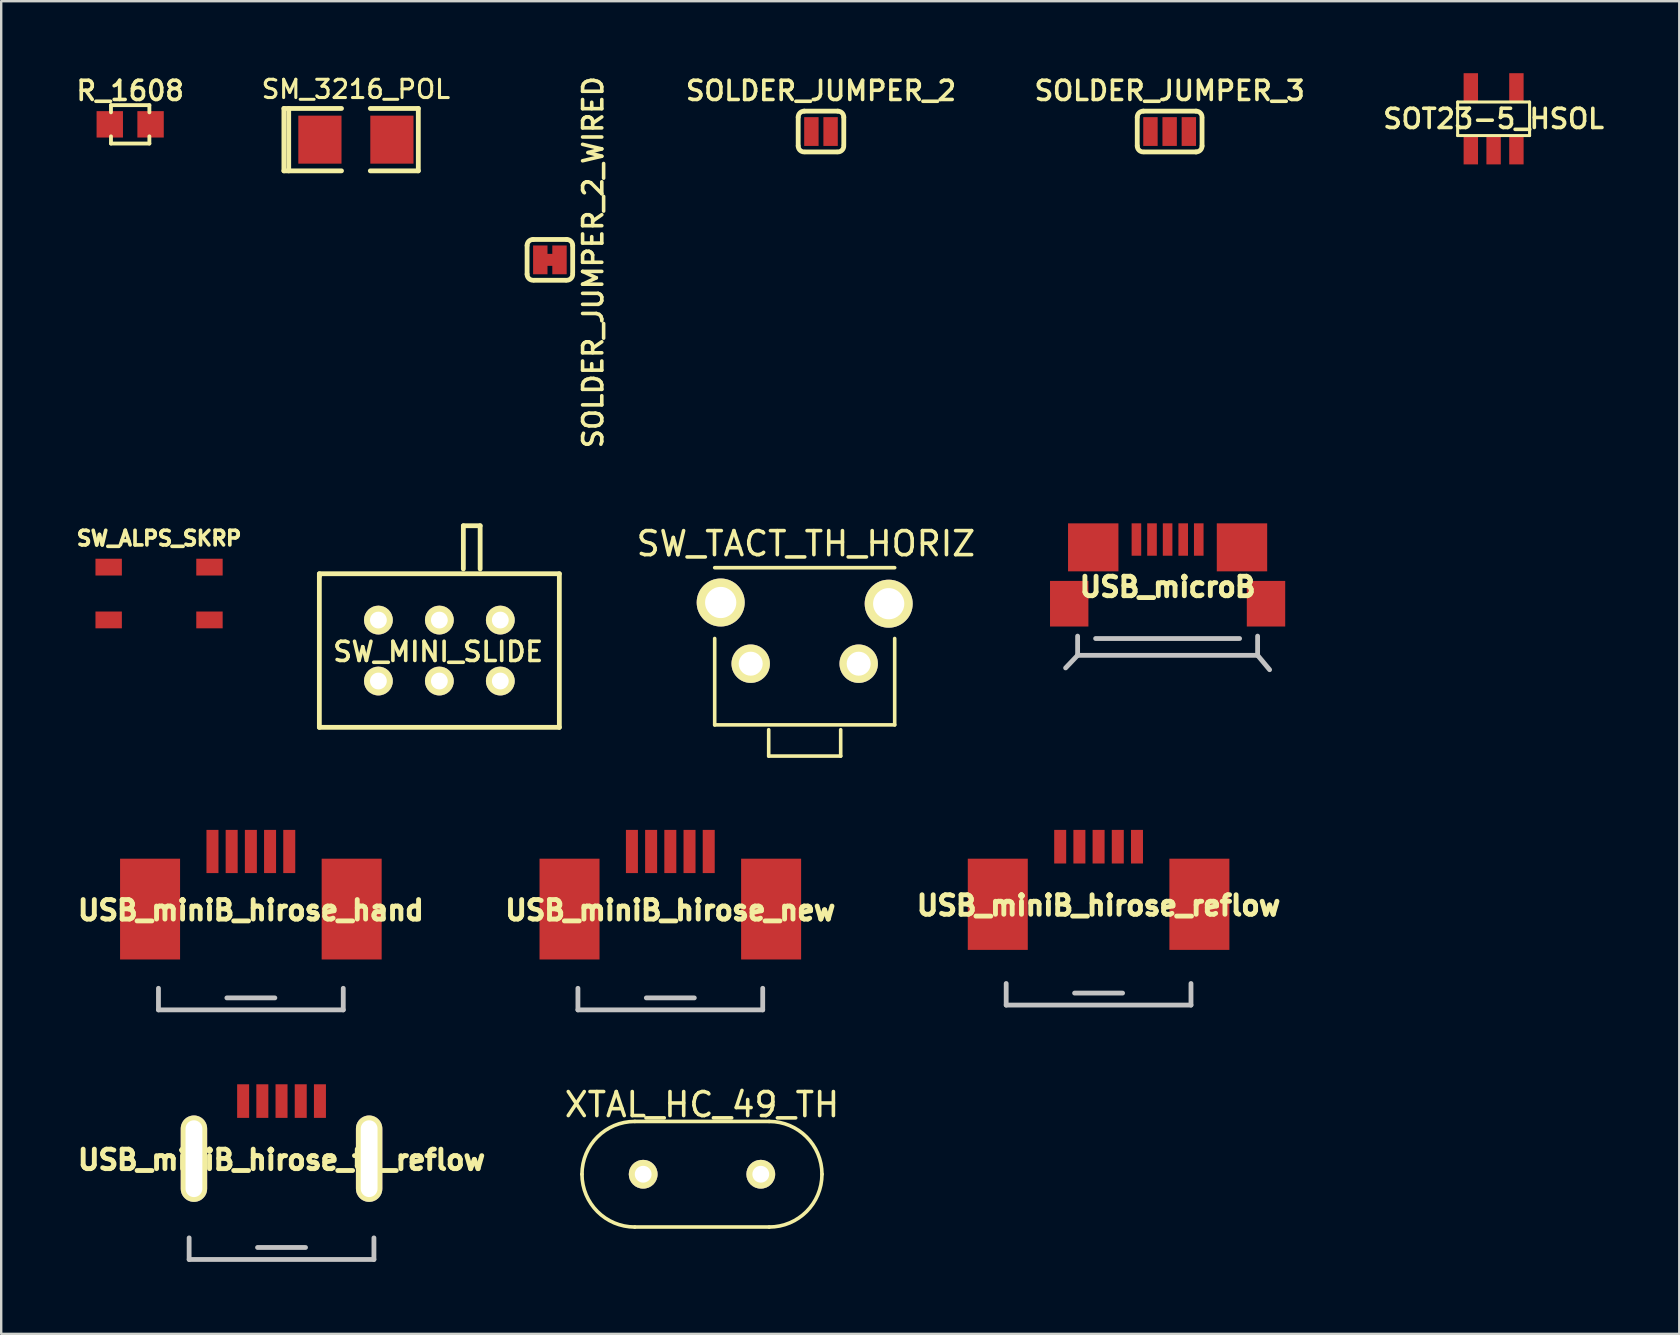
<source format=kicad_pcb>
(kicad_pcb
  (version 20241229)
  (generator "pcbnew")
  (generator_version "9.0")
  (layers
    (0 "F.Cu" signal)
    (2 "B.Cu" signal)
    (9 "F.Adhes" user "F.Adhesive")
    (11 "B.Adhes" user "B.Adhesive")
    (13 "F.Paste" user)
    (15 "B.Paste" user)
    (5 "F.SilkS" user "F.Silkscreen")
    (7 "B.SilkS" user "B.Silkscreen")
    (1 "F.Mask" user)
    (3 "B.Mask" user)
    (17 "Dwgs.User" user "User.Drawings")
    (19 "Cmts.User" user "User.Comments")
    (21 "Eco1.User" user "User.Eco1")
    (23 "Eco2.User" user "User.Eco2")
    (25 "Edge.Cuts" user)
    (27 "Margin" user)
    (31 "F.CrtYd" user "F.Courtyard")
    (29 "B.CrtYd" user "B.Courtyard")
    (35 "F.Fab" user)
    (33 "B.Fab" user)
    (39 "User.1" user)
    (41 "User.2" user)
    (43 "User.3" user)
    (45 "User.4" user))
  (footprint "USB_miniB_hirose_hand"
    (layer "F.Cu")
    (at 7.403 32.43)
    (property "Reference" "USB_miniB_hirose_hand" (at 0 2.45 0) (layer "F.SilkS") (effects (font (size 0.813 0.813) (thickness 0.203))))
    (attr through_hole)
    (fp_line (start -3.85 6.6) (end -3.85 5.7) (stroke (width 0.2) (type solid)) (layer "Dwgs.User"))
    (fp_line (start -3.85 6.6) (end 3.85 6.6) (stroke (width 0.2) (type solid)) (layer "Dwgs.User"))
    (fp_line (start -1 6.1) (end 1 6.1) (stroke (width 0.2) (type solid)) (layer "Dwgs.User"))
    (fp_line (start 3.85 6.6) (end 3.85 5.7) (stroke (width 0.2) (type solid)) (layer "Dwgs.User"))
    (pad "1" smd rect (at -1.6 0) (size 0.5 1.8) (layers "F.Cu" "F.Mask"))
    (pad "2" smd rect (at -0.8 0) (size 0.5 1.8) (layers "F.Cu" "F.Mask"))
    (pad "3" smd rect (at 0 0) (size 0.5 1.8) (layers "F.Cu" "F.Mask"))
    (pad "4" smd rect (at 0.8 0) (size 0.5 1.8) (layers "F.Cu" "F.Mask"))
    (pad "5" smd rect (at 1.6 0) (size 0.5 1.8) (layers "F.Cu" "F.Mask"))
    (pad "6" smd rect (at -4.2 2.4) (size 2.5 4.2) (layers "F.Cu" "F.Mask"))
    (pad "6" smd rect (at 4.2 2.4) (size 2.5 4.2) (layers "F.Cu" "F.Mask")))
  (footprint "XTAL_HC_49_TH"
    (layer "F.Cu")
    (at 26.2 45.878)
    (property "Reference" "XTAL_HC_49_TH" (at 0 -2.9 0) (layer "F.SilkS") (effects (font (size 1 1) (thickness 0.15))))
    (attr through_hole)
    (fp_line (start -2.8 2.2) (end 2.8 2.2) (stroke (width 0.15) (type solid)) (layer "F.SilkS"))
    (fp_line (start 2.8 -2.2) (end -2.8 -2.2) (stroke (width 0.15) (type solid)) (layer "F.SilkS"))
    (fp_arc (start -5 0) (mid -4.355635 -1.555635) (end -2.8 -2.2) (stroke (width 0.15) (type solid)) (layer "F.SilkS"))
    (fp_arc (start -2.8 2.2) (mid -4.355635 1.555635) (end -5 0) (stroke (width 0.15) (type solid)) (layer "F.SilkS"))
    (fp_arc (start 2.8 -2.2) (mid 4.355635 -1.555635) (end 5 0) (stroke (width 0.15) (type solid)) (layer "F.SilkS"))
    (fp_arc (start 5 0) (mid 4.355635 1.555635) (end 2.8 2.2) (stroke (width 0.15) (type solid)) (layer "F.SilkS"))
    (pad "1" thru_hole circle (at 2.45 0 180) (size 1.2 1.2) (drill 0.7) (layers "*.Cu" "*.Mask" "F.SilkS"))
    (pad "2" thru_hole circle (at -2.45 0 180) (size 1.2 1.2) (drill 0.7) (layers "*.Cu" "*.Mask" "F.SilkS")))
  (footprint "SOLDER_JUMPER_2_WIRED"
    (layer "F.Cu")
    (at 19.863 7.778)
    (property "Reference" "SOLDER_JUMPER_2_WIRED" (at 1.8 0.1 90) (layer "F.SilkS") (effects (font (size 0.8 0.8) (thickness 0.15))))
    (attr exclude_from_pos_files exclude_from_bom)
    (fp_line (start -0.95 0.6) (end -0.95 -0.6) (stroke (width 0.2) (type solid)) (layer "F.SilkS"))
    (fp_line (start -0.7 -0.85) (end 0.7 -0.85) (stroke (width 0.2) (type solid)) (layer "F.SilkS"))
    (fp_line (start -0.65 0.85) (end 0.65 0.85) (stroke (width 0.2) (type solid)) (layer "F.SilkS"))
    (fp_line (start 0.95 -0.6) (end 0.95 0.55) (stroke (width 0.2) (type solid)) (layer "F.SilkS"))
    (fp_arc (start -0.95 -0.6) (mid -0.876777 -0.776777) (end -0.7 -0.85) (stroke (width 0.2) (type solid)) (layer "F.SilkS"))
    (fp_arc (start -0.7 0.85) (mid -0.876777 0.776777) (end -0.95 0.6) (stroke (width 0.2) (type solid)) (layer "F.SilkS"))
    (fp_arc (start 0.7 -0.85) (mid 0.876777 -0.776777) (end 0.95 -0.6) (stroke (width 0.2) (type solid)) (layer "F.SilkS"))
    (fp_arc (start 0.95 0.6) (mid 0.876777 0.776777) (end 0.7 0.85) (stroke (width 0.2) (type solid)) (layer "F.SilkS"))
    (pad "1" smd rect (at -0.4 0) (size 0.6 1.2) (layers "F.Cu" "F.Mask"))
    (pad "2" smd rect (at 0.4 0) (size 0.6 1.2) (layers "F.Cu" "F.Mask"))
    (pad "3" smd rect (at 0 0) (size 0.5 0.5) (layers "F.Cu" "F.Mask" "F.Paste")))
  (footprint "R_1608"
    (layer "F.Cu")
    (at 2.374 2.131)
    (property "Reference" "R_1608" (at 0 -1.4 0) (layer "F.SilkS") (effects (font (size 0.8 0.8) (thickness 0.15))))
    (attr through_hole)
    (fp_line (start -0.8 -0.8) (end -0.8 -0.5) (stroke (width 0.16) (type solid)) (layer "F.SilkS"))
    (fp_line (start -0.8 -0.8) (end 0.8 -0.8) (stroke (width 0.16) (type solid)) (layer "F.SilkS"))
    (fp_line (start -0.8 0.8) (end -0.8 0.5) (stroke (width 0.16) (type solid)) (layer "F.SilkS"))
    (fp_line (start 0.8 -0.8) (end 0.8 -0.5) (stroke (width 0.16) (type solid)) (layer "F.SilkS"))
    (fp_line (start 0.8 0.5) (end 0.8 0.8) (stroke (width 0.16) (type solid)) (layer "F.SilkS"))
    (fp_line (start 0.8 0.8) (end -0.8 0.8) (stroke (width 0.16) (type solid)) (layer "F.SilkS"))
    (pad "1" smd rect (at -0.85 0) (size 1.1 1.1) (layers "F.Cu" "F.Mask" "F.Paste"))
    (pad "2" smd rect (at 0.85 0) (size 1.1 1.1) (layers "F.Cu" "F.Mask" "F.Paste")))
  (footprint "USB_microB"
    (layer "F.Cu")
    (at 45.602 22.106)
    (property "Reference" "USB_microB" (at 0 -0.699 0) (layer "F.SilkS") (effects (font (size 0.813 0.813) (thickness 0.203))))
    (attr through_hole)
    (fp_line (start -3.75 2.15) (end -4.25 2.675) (stroke (width 0.2) (type solid)) (layer "Dwgs.User"))
    (fp_line (start -3.75 2.15) (end -3.75 1.35) (stroke (width 0.2) (type solid)) (layer "Dwgs.User"))
    (fp_line (start -3.75 2.15) (end 3.75 2.15) (stroke (width 0.2) (type solid)) (layer "Dwgs.User"))
    (fp_line (start -3 1.45) (end 3 1.45) (stroke (width 0.2) (type solid)) (layer "Dwgs.User"))
    (fp_line (start 3.75 2.15) (end 3.75 1.35) (stroke (width 0.2) (type solid)) (layer "Dwgs.User"))
    (fp_line (start 3.75 2.15) (end 4.25 2.75) (stroke (width 0.2) (type solid)) (layer "Dwgs.User"))
    (pad "1" smd rect (at 1.298 -2.675 180) (size 0.4 1.35) (layers "F.Cu" "F.Mask" "F.Paste"))
    (pad "2" smd rect (at 0.65 -2.675 180) (size 0.4 1.35) (layers "F.Cu" "F.Mask" "F.Paste"))
    (pad "3" smd rect (at 0 -2.675 180) (size 0.4 1.35) (layers "F.Cu" "F.Mask" "F.Paste"))
    (pad "4" smd rect (at -0.65 -2.675 180) (size 0.4 1.35) (layers "F.Cu" "F.Mask" "F.Paste"))
    (pad "5" smd rect (at -1.3 -2.675 180) (size 0.4 1.35) (layers "F.Cu" "F.Mask" "F.Paste"))
    (pad "6" smd rect (at -3.099 -2.349) (size 2.1 2) (layers "F.Cu" "F.Mask" "F.Paste"))
    (pad "7" smd rect (at 3.099 -2.349) (size 2.1 2) (layers "F.Cu" "F.Mask" "F.Paste"))
    (pad "8" smd rect (at -4.1 0) (size 1.6 1.9) (layers "F.Cu" "F.Mask" "F.Paste"))
    (pad "9" smd rect (at 4.1 0) (size 1.6 1.9) (layers "F.Cu" "F.Mask" "F.Paste")))
  (footprint "SOLDER_JUMPER_3"
    (layer "F.Cu")
    (at 45.687 2.431)
    (property "Reference" "SOLDER_JUMPER_3" (at 0 -1.7 0) (layer "F.SilkS") (effects (font (size 0.8 0.8) (thickness 0.15))))
    (attr exclude_from_pos_files exclude_from_bom)
    (fp_line (start -1.35 0.6) (end -1.35 -0.6) (stroke (width 0.2) (type solid)) (layer "F.SilkS"))
    (fp_line (start -1.1 -0.85) (end 1.1 -0.85) (stroke (width 0.2) (type solid)) (layer "F.SilkS"))
    (fp_line (start -1.05 0.85) (end 1.1 0.85) (stroke (width 0.2) (type solid)) (layer "F.SilkS"))
    (fp_line (start 1.35 -0.55) (end 1.35 0.6) (stroke (width 0.2) (type solid)) (layer "F.SilkS"))
    (fp_arc (start -1.35 -0.6) (mid -1.276777 -0.776777) (end -1.1 -0.85) (stroke (width 0.2) (type solid)) (layer "F.SilkS"))
    (fp_arc (start -1.1 0.85) (mid -1.276777 0.776777) (end -1.35 0.6) (stroke (width 0.2) (type solid)) (layer "F.SilkS"))
    (fp_arc (start 1.1 -0.85) (mid 1.276777 -0.776777) (end 1.35 -0.6) (stroke (width 0.2) (type solid)) (layer "F.SilkS"))
    (fp_arc (start 1.35 0.6) (mid 1.276777 0.776777) (end 1.1 0.85) (stroke (width 0.2) (type solid)) (layer "F.SilkS"))
    (pad "1" smd rect (at -0.8 0) (size 0.6 1.2) (layers "F.Cu" "F.Mask" "F.Paste"))
    (pad "2" smd rect (at 0 0) (size 0.6 1.2) (layers "F.Cu" "F.Mask" "F.Paste"))
    (pad "3" smd rect (at 0.8 0) (size 0.6 1.2) (layers "F.Cu" "F.Mask" "F.Paste")))
  (footprint "SOLDER_JUMPER_2"
    (layer "F.Cu")
    (at 31.159 2.431)
    (property "Reference" "SOLDER_JUMPER_2" (at 0 -1.7 0) (layer "F.SilkS") (effects (font (size 0.8 0.8) (thickness 0.15))))
    (attr exclude_from_pos_files exclude_from_bom)
    (fp_line (start -0.95 0.6) (end -0.95 -0.6) (stroke (width 0.2) (type solid)) (layer "F.SilkS"))
    (fp_line (start -0.7 -0.85) (end 0.7 -0.85) (stroke (width 0.2) (type solid)) (layer "F.SilkS"))
    (fp_line (start -0.65 0.85) (end 0.65 0.85) (stroke (width 0.2) (type solid)) (layer "F.SilkS"))
    (fp_line (start 0.95 -0.6) (end 0.95 0.55) (stroke (width 0.2) (type solid)) (layer "F.SilkS"))
    (fp_arc (start -0.95 -0.6) (mid -0.876777 -0.776777) (end -0.7 -0.85) (stroke (width 0.2) (type solid)) (layer "F.SilkS"))
    (fp_arc (start -0.7 0.85) (mid -0.876777 0.776777) (end -0.95 0.6) (stroke (width 0.2) (type solid)) (layer "F.SilkS"))
    (fp_arc (start 0.7 -0.85) (mid 0.876777 -0.776777) (end 0.95 -0.6) (stroke (width 0.2) (type solid)) (layer "F.SilkS"))
    (fp_arc (start 0.95 0.6) (mid 0.876777 0.776777) (end 0.7 0.85) (stroke (width 0.2) (type solid)) (layer "F.SilkS"))
    (pad "1" smd rect (at -0.4 0) (size 0.6 1.2) (layers "F.Cu" "F.Mask" "F.Paste"))
    (pad "2" smd rect (at 0.4 0) (size 0.6 1.2) (layers "F.Cu" "F.Mask" "F.Paste")))
  (footprint "USB_miniB_hirose_new"
    (layer "F.Cu")
    (at 24.881 32.43)
    (property "Reference" "USB_miniB_hirose_new" (at 0 2.45 0) (layer "F.SilkS") (effects (font (size 0.813 0.813) (thickness 0.203))))
    (attr through_hole)
    (fp_line (start -3.85 6.6) (end -3.85 5.7) (stroke (width 0.2) (type solid)) (layer "Dwgs.User"))
    (fp_line (start -3.85 6.6) (end 3.85 6.6) (stroke (width 0.2) (type solid)) (layer "Dwgs.User"))
    (fp_line (start -1 6.1) (end 1 6.1) (stroke (width 0.2) (type solid)) (layer "Dwgs.User"))
    (fp_line (start 3.85 6.6) (end 3.85 5.7) (stroke (width 0.2) (type solid)) (layer "Dwgs.User"))
    (pad "1" smd rect (at -1.6 0) (size 0.5 1.8) (layers "F.Cu" "F.Mask" "F.Paste"))
    (pad "2" smd rect (at -0.8 0) (size 0.5 1.8) (layers "F.Cu" "F.Mask" "F.Paste"))
    (pad "3" smd rect (at 0 0) (size 0.5 1.8) (layers "F.Cu" "F.Mask" "F.Paste"))
    (pad "4" smd rect (at 0.8 0) (size 0.5 1.8) (layers "F.Cu" "F.Mask" "F.Paste"))
    (pad "5" smd rect (at 1.6 0) (size 0.5 1.8) (layers "F.Cu" "F.Mask" "F.Paste"))
    (pad "6" smd rect (at -4.2 2.4) (size 2.5 4.2) (layers "F.Cu" "F.Mask" "F.Paste"))
    (pad "6" smd rect (at 4.2 2.4) (size 2.5 4.2) (layers "F.Cu" "F.Mask" "F.Paste")))
  (footprint "SM_3216_POL"
    (layer "F.Cu")
    (at 11.78 2.769)
    (property "Reference" "SM_3216_POL" (at 0 -2.1 0) (layer "F.SilkS") (effects (font (size 0.762 0.762) (thickness 0.127))))
    (attr smd)
    (fp_line (start -3 -1.3) (end -3 1.3) (stroke (width 0.2) (type solid)) (layer "F.SilkS"))
    (fp_line (start -3 1.3) (end -0.6 1.3) (stroke (width 0.2) (type solid)) (layer "F.SilkS"))
    (fp_line (start -2.8 -1.3) (end -2.8 1.3) (stroke (width 0.2) (type solid)) (layer "F.SilkS"))
    (fp_line (start -0.6 -1.3) (end -3 -1.3) (stroke (width 0.2) (type solid)) (layer "F.SilkS"))
    (fp_line (start 0.6 1.3) (end 2.6 1.3) (stroke (width 0.2) (type solid)) (layer "F.SilkS"))
    (fp_line (start 2.6 -1.3) (end 0.6 -1.3) (stroke (width 0.2) (type solid)) (layer "F.SilkS"))
    (fp_line (start 2.6 1.3) (end 2.6 -1.3) (stroke (width 0.2) (type solid)) (layer "F.SilkS"))
    (pad "1" smd rect (at -1.5 0) (size 1.8 2) (layers "F.Cu" "F.Mask"))
    (pad "2" smd rect (at 1.5 0) (size 1.8 2) (layers "F.Cu" "F.Mask")))
  (footprint "USB_miniB_hirose_th_reflow"
    (layer "F.Cu")
    (at 8.681 42.83)
    (property "Reference" "USB_miniB_hirose_th_reflow" (at 0 2.45 0) (layer "F.SilkS") (effects (font (size 0.813 0.813) (thickness 0.203))))
    (attr through_hole)
    (fp_line (start -3.85 6.6) (end -3.85 5.7) (stroke (width 0.2) (type solid)) (layer "Dwgs.User"))
    (fp_line (start -3.85 6.6) (end 3.85 6.6) (stroke (width 0.2) (type solid)) (layer "Dwgs.User"))
    (fp_line (start -1 6.1) (end 1 6.1) (stroke (width 0.2) (type solid)) (layer "Dwgs.User"))
    (fp_line (start 3.85 6.6) (end 3.85 5.7) (stroke (width 0.2) (type solid)) (layer "Dwgs.User"))
    (pad "1" smd rect (at -1.6 0) (size 0.5 1.4) (layers "F.Cu" "F.Mask" "F.Paste"))
    (pad "2" smd rect (at -0.8 0) (size 0.5 1.4) (layers "F.Cu" "F.Mask" "F.Paste"))
    (pad "3" smd rect (at 0 0) (size 0.5 1.4) (layers "F.Cu" "F.Mask" "F.Paste"))
    (pad "4" smd rect (at 0.8 0) (size 0.5 1.4) (layers "F.Cu" "F.Mask" "F.Paste"))
    (pad "5" smd rect (at 1.6 0) (size 0.5 1.4) (layers "F.Cu" "F.Mask" "F.Paste"))
    (pad "6" thru_hole oval (at -3.65 2.4) (size 1.1 3.6) (drill oval 0.7 3.2) (layers "*.Cu" "*.Mask" "F.SilkS"))
    (pad "6" thru_hole oval (at 3.65 2.4) (size 1.1 3.6) (drill oval 0.7 3.2) (layers "*.Cu" "*.Mask" "F.SilkS")))
  (footprint "USB_miniB_hirose_reflow"
    (layer "F.Cu")
    (at 42.726 32.23)
    (property "Reference" "USB_miniB_hirose_reflow" (at 0 2.45 0) (layer "F.SilkS") (effects (font (size 0.813 0.813) (thickness 0.203))))
    (attr through_hole)
    (fp_line (start -3.85 6.6) (end -3.85 5.7) (stroke (width 0.2) (type solid)) (layer "Dwgs.User"))
    (fp_line (start -3.85 6.6) (end 3.85 6.6) (stroke (width 0.2) (type solid)) (layer "Dwgs.User"))
    (fp_line (start -1 6.1) (end 1 6.1) (stroke (width 0.2) (type solid)) (layer "Dwgs.User"))
    (fp_line (start 3.85 6.6) (end 3.85 5.7) (stroke (width 0.2) (type solid)) (layer "Dwgs.User"))
    (pad "1" smd rect (at -1.6 0) (size 0.5 1.4) (layers "F.Cu" "F.Mask"))
    (pad "2" smd rect (at -0.8 0) (size 0.5 1.4) (layers "F.Cu" "F.Mask"))
    (pad "3" smd rect (at 0 0) (size 0.5 1.4) (layers "F.Cu" "F.Mask"))
    (pad "4" smd rect (at 0.8 0) (size 0.5 1.4) (layers "F.Cu" "F.Mask"))
    (pad "5" smd rect (at 1.6 0) (size 0.5 1.4) (layers "F.Cu" "F.Mask"))
    (pad "6" smd rect (at -4.2 2.4) (size 2.5 3.8) (layers "F.Cu" "F.Mask"))
    (pad "6" smd rect (at 4.2 2.4) (size 2.5 3.8) (layers "F.Cu" "F.Mask")))
  (footprint "SW_MINI_SLIDE"
    (layer "F.Cu")
    (at 15.257 24.057)
    (property "Reference" "SW_MINI_SLIDE" (at -0.05 0.05 0) (layer "F.SilkS") (effects (font (size 0.8 0.8) (thickness 0.15))))
    (attr through_hole)
    (fp_line (start -5 -3.2) (end 5 -3.2) (stroke (width 0.2) (type solid)) (layer "F.SilkS"))
    (fp_line (start -5 -3.1) (end -5 -3.2) (stroke (width 0.2) (type solid)) (layer "F.SilkS"))
    (fp_line (start -5 3.2) (end -5 -3.1) (stroke (width 0.2) (type solid)) (layer "F.SilkS"))
    (fp_line (start 1 -5.2) (end 1 -3.4) (stroke (width 0.2) (type solid)) (layer "F.SilkS"))
    (fp_line (start 1.7 -5.2) (end 1 -5.2) (stroke (width 0.2) (type solid)) (layer "F.SilkS"))
    (fp_line (start 1.7 -3.4) (end 1.7 -5.2) (stroke (width 0.2) (type solid)) (layer "F.SilkS"))
    (fp_line (start 5 -3.2) (end 5 3.2) (stroke (width 0.2) (type solid)) (layer "F.SilkS"))
    (fp_line (start 5 3.2) (end -5 3.2) (stroke (width 0.2) (type solid)) (layer "F.SilkS"))
    (pad "1" thru_hole circle (at 0 -1.27) (size 1.2 1.2) (drill 0.7) (layers "*.Cu" "*.Mask" "F.SilkS"))
    (pad "2" thru_hole circle (at 2.54 -1.27) (size 1.2 1.2) (drill 0.7) (layers "*.Cu" "*.Mask" "F.SilkS"))
    (pad "3" thru_hole circle (at -2.54 -1.27) (size 1.2 1.2) (drill 0.7) (layers "*.Cu" "*.Mask" "F.SilkS"))
    (pad "4" thru_hole circle (at 0 1.27) (size 1.2 1.2) (drill 0.7) (layers "*.Cu" "*.Mask" "F.SilkS"))
    (pad "5" thru_hole circle (at 2.54 1.27) (size 1.2 1.2) (drill 0.7) (layers "*.Cu" "*.Mask" "F.SilkS"))
    (pad "6" thru_hole circle (at -2.54 1.27) (size 1.2 1.2) (drill 0.7) (layers "*.Cu" "*.Mask" "F.SilkS")))
  (footprint "SW_TACT_TH_HORIZ"
    (layer "F.Cu")
    (at 30.48 24.605)
    (property "Reference" "SW_TACT_TH_HORIZ" (at 0.05 -5 0) (layer "F.SilkS") (effects (font (size 1 1) (thickness 0.15))))
    (attr through_hole)
    (fp_line (start -3.75 -4) (end 3.75 -4) (stroke (width 0.15) (type solid)) (layer "F.SilkS"))
    (fp_line (start -3.75 -1.05) (end -3.75 2.55) (stroke (width 0.15) (type solid)) (layer "F.SilkS"))
    (fp_line (start -3.75 2.55) (end 3.75 2.55) (stroke (width 0.15) (type solid)) (layer "F.SilkS"))
    (fp_line (start -1.5 2.75) (end -1.5 3.85) (stroke (width 0.15) (type solid)) (layer "F.SilkS"))
    (fp_line (start -1.5 3.85) (end 1.5 3.85) (stroke (width 0.15) (type solid)) (layer "F.SilkS"))
    (fp_line (start 1.5 3.85) (end 1.5 2.75) (stroke (width 0.15) (type solid)) (layer "F.SilkS"))
    (fp_line (start 3.75 2.55) (end 3.75 -1.05) (stroke (width 0.15) (type solid)) (layer "F.SilkS"))
    (pad "1" thru_hole circle (at 2.25 0) (size 1.6 1.6) (drill 1) (layers "*.Cu" "*.Mask" "F.SilkS"))
    (pad "2" thru_hole circle (at -2.25 0) (size 1.6 1.6) (drill 1) (layers "*.Cu" "*.Mask" "F.SilkS"))
    (pad "3" thru_hole circle (at 3.5 -2.5) (size 2 2) (drill 1.3) (layers "*.Cu" "*.Mask" "F.SilkS"))
    (pad "4" thru_hole circle (at -3.5 -2.55) (size 2 2) (drill 1.3) (layers "*.Cu" "*.Mask" "F.SilkS")))
  (footprint "SOT23-5_HSOL"
    (layer "F.Cu")
    (at 59.186 1.9)
    (property "Reference" "SOT23-5_HSOL" (at 0 0 0) (layer "F.SilkS") (effects (font (size 0.8 0.8) (thickness 0.15))))
    (attr smd)
    (fp_line (start -1.499 -0.699) (end 1.499 -0.699) (stroke (width 0.127) (type solid)) (layer "F.SilkS"))
    (fp_line (start -1.499 0.699) (end -1.499 -0.699) (stroke (width 0.127) (type solid)) (layer "F.SilkS"))
    (fp_line (start 1.499 -0.699) (end 1.499 0.699) (stroke (width 0.127) (type solid)) (layer "F.SilkS"))
    (fp_line (start 1.499 0.699) (end -1.499 0.699) (stroke (width 0.127) (type solid)) (layer "F.SilkS"))
    (pad "1" smd rect (at -0.95 1.3) (size 0.6 1.2) (layers "F.Cu" "F.Mask" "F.Paste"))
    (pad "2" smd rect (at 0 1.3) (size 0.6 1.2) (layers "F.Cu" "F.Mask" "F.Paste"))
    (pad "3" smd rect (at 0.95 1.3) (size 0.6 1.2) (layers "F.Cu" "F.Mask" "F.Paste"))
    (pad "4" smd rect (at 0.95 -1.3) (size 0.6 1.2) (layers "F.Cu" "F.Mask" "F.Paste"))
    (pad "5" smd rect (at -0.95 -1.3) (size 0.6 1.2) (layers "F.Cu" "F.Mask" "F.Paste")))
  (footprint "SW_ALPS_SKRP"
    (layer "F.Cu")
    (at 3.578 21.681)
    (property "Reference" "SW_ALPS_SKRP" (at 0 -2.3 0) (layer "F.SilkS") (effects (font (size 0.61 0.61) (thickness 0.152))))
    (attr through_hole)
    (pad "1" smd rect (at -2.1 -1.1) (size 1.1 0.7) (layers "F.Cu" "F.Mask" "F.Paste"))
    (pad "1" smd rect (at 2.1 -1.1) (size 1.1 0.7) (layers "F.Cu" "F.Mask" "F.Paste"))
    (pad "2" smd rect (at -2.1 1.1) (size 1.1 0.7) (layers "F.Cu" "F.Mask" "F.Paste"))
    (pad "2" smd rect (at 2.1 1.1) (size 1.1 0.7) (layers "F.Cu" "F.Mask" "F.Paste")))
  (gr_rect
    (start -3 -3)
    (end 66.922 52.53)
    (stroke (width 0.1) (type default))
    (fill no)
    (layer "Edge.Cuts")))
</source>
